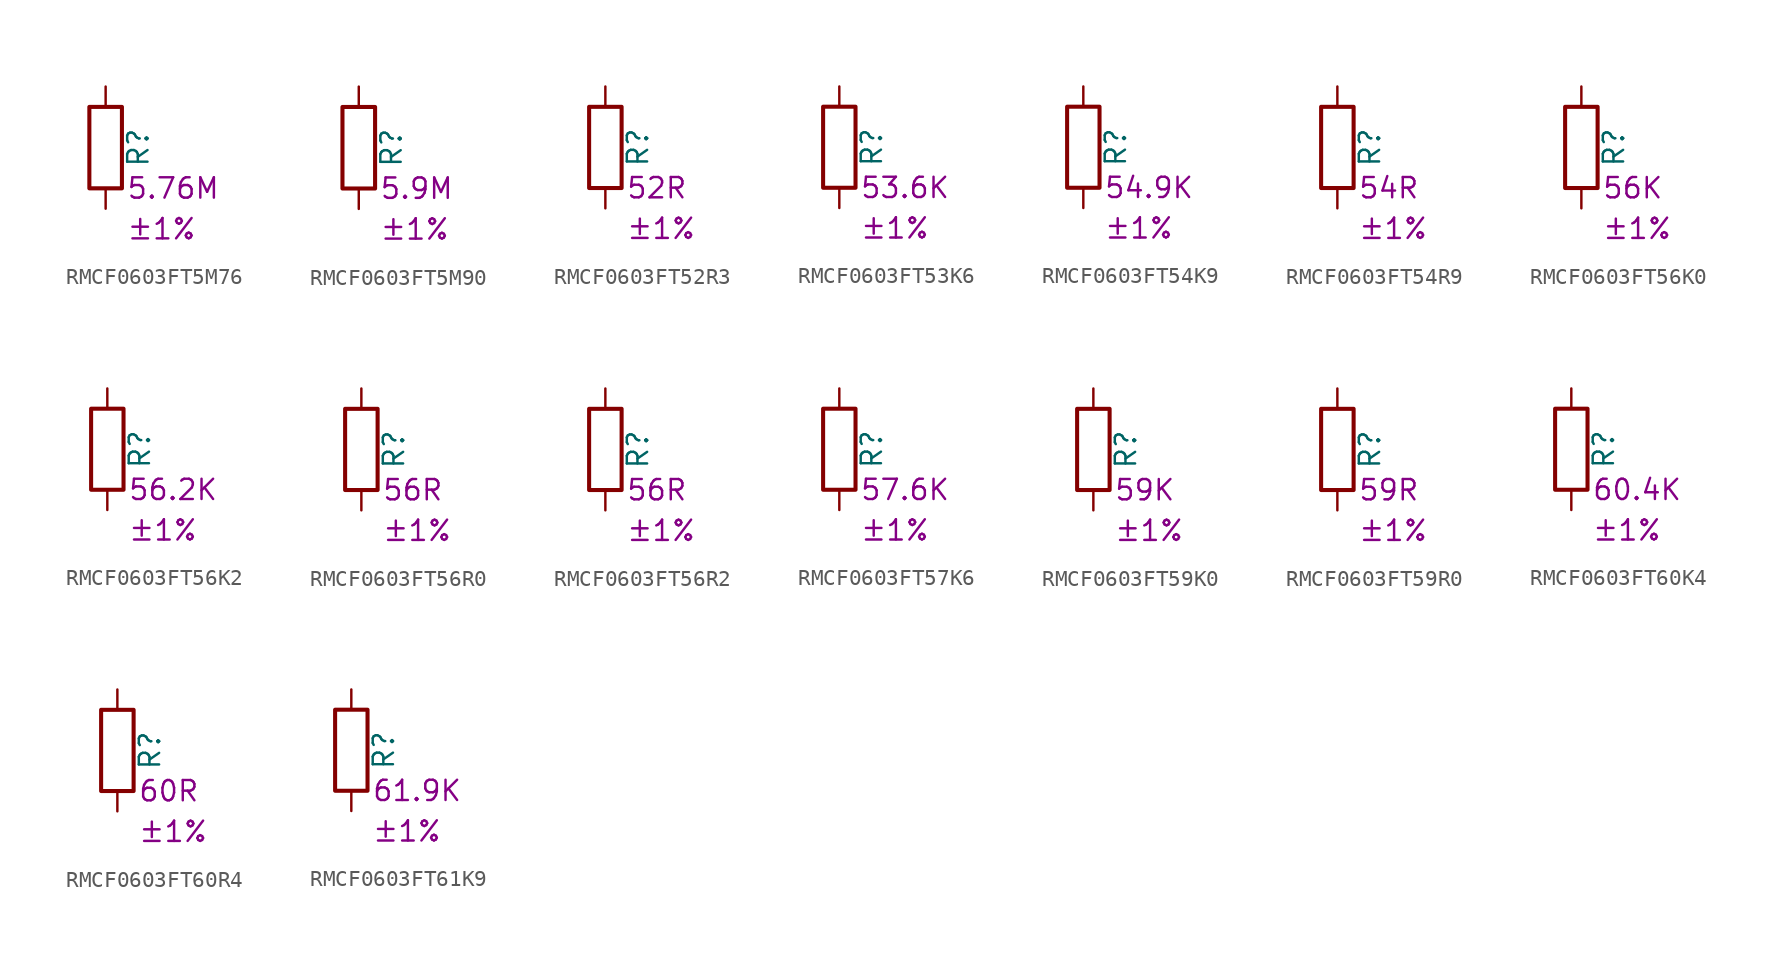
<source format=kicad_sym>
(kicad_symbol_lib
  (version 20220914)
  (generator kicad_symbol_editor)
  (symbol "RMCF0603FT5M76"
    (pin_numbers hide)
    (pin_names
      (offset 0))
    (property "Reference" "R"
      (at 2.032 0 90)
      (effects (font (size 1.27 1.27))))
    (property "Resistance" "5.76M"
      (at 1.27 -2.54 0)
      (effects (font (size 1.27 1.27)) (justify left)))
    (property "Tolerance" "±1%"
      (at 1.27 -5.08 0)
      (effects (font (size 1.27 1.27)) (justify left)))
    (symbol "RMCF0603FT5M76_0_1"
      (rectangle (start -1.016 -2.54) (end 1.016 2.54) (stroke (width 0.254) (type default)) (fill (type none))))
    (symbol "RMCF0603FT5M76_1_1"
      (pin passive line (at 0 3.81 270) (length 1.27) (name "~" (effects (font (size 1.27 1.27)))) (number "1" (effects (font (size 1.27 1.27)))))
      (pin passive line (at 0 -3.81 90) (length 1.27) (name "~" (effects (font (size 1.27 1.27)))) (number "2" (effects (font (size 1.27 1.27)))))))
  (symbol "RMCF0603FT5M90"
    (pin_numbers hide)
    (pin_names
      (offset 0))
    (property "Reference" "R"
      (at 2.032 0 90)
      (effects (font (size 1.27 1.27))))
    (property "Resistance" "5.9M"
      (at 1.27 -2.54 0)
      (effects (font (size 1.27 1.27)) (justify left)))
    (property "Tolerance" "±1%"
      (at 1.27 -5.08 0)
      (effects (font (size 1.27 1.27)) (justify left)))
    (symbol "RMCF0603FT5M90_0_1"
      (rectangle (start -1.016 -2.54) (end 1.016 2.54) (stroke (width 0.254) (type default)) (fill (type none))))
    (symbol "RMCF0603FT5M90_1_1"
      (pin passive line (at 0 3.81 270) (length 1.27) (name "~" (effects (font (size 1.27 1.27)))) (number "1" (effects (font (size 1.27 1.27)))))
      (pin passive line (at 0 -3.81 90) (length 1.27) (name "~" (effects (font (size 1.27 1.27)))) (number "2" (effects (font (size 1.27 1.27)))))))
  (symbol "RMCF0603FT52R3"
    (pin_numbers hide)
    (pin_names
      (offset 0))
    (property "Reference" "R"
      (at 2.032 0 90)
      (effects (font (size 1.27 1.27))))
    (property "Resistance" "52R"
      (at 1.27 -2.54 0)
      (effects (font (size 1.27 1.27)) (justify left)))
    (property "Tolerance" "±1%"
      (at 1.27 -5.08 0)
      (effects (font (size 1.27 1.27)) (justify left)))
    (symbol "RMCF0603FT52R3_0_1"
      (rectangle (start -1.016 -2.54) (end 1.016 2.54) (stroke (width 0.254) (type default)) (fill (type none))))
    (symbol "RMCF0603FT52R3_1_1"
      (pin passive line (at 0 3.81 270) (length 1.27) (name "~" (effects (font (size 1.27 1.27)))) (number "1" (effects (font (size 1.27 1.27)))))
      (pin passive line (at 0 -3.81 90) (length 1.27) (name "~" (effects (font (size 1.27 1.27)))) (number "2" (effects (font (size 1.27 1.27)))))))
  (symbol "RMCF0603FT53K6"
    (pin_numbers hide)
    (pin_names
      (offset 0))
    (property "Reference" "R"
      (at 2.032 0 90)
      (effects (font (size 1.27 1.27))))
    (property "Resistance" "53.6K"
      (at 1.27 -2.54 0)
      (effects (font (size 1.27 1.27)) (justify left)))
    (property "Tolerance" "±1%"
      (at 1.27 -5.08 0)
      (effects (font (size 1.27 1.27)) (justify left)))
    (symbol "RMCF0603FT53K6_0_1"
      (rectangle (start -1.016 -2.54) (end 1.016 2.54) (stroke (width 0.254) (type default)) (fill (type none))))
    (symbol "RMCF0603FT53K6_1_1"
      (pin passive line (at 0 3.81 270) (length 1.27) (name "~" (effects (font (size 1.27 1.27)))) (number "1" (effects (font (size 1.27 1.27)))))
      (pin passive line (at 0 -3.81 90) (length 1.27) (name "~" (effects (font (size 1.27 1.27)))) (number "2" (effects (font (size 1.27 1.27)))))))
  (symbol "RMCF0603FT54K9"
    (pin_numbers hide)
    (pin_names
      (offset 0))
    (property "Reference" "R"
      (at 2.032 0 90)
      (effects (font (size 1.27 1.27))))
    (property "Resistance" "54.9K"
      (at 1.27 -2.54 0)
      (effects (font (size 1.27 1.27)) (justify left)))
    (property "Tolerance" "±1%"
      (at 1.27 -5.08 0)
      (effects (font (size 1.27 1.27)) (justify left)))
    (symbol "RMCF0603FT54K9_0_1"
      (rectangle (start -1.016 -2.54) (end 1.016 2.54) (stroke (width 0.254) (type default)) (fill (type none))))
    (symbol "RMCF0603FT54K9_1_1"
      (pin passive line (at 0 3.81 270) (length 1.27) (name "~" (effects (font (size 1.27 1.27)))) (number "1" (effects (font (size 1.27 1.27)))))
      (pin passive line (at 0 -3.81 90) (length 1.27) (name "~" (effects (font (size 1.27 1.27)))) (number "2" (effects (font (size 1.27 1.27)))))))
  (symbol "RMCF0603FT54R9"
    (pin_numbers hide)
    (pin_names
      (offset 0))
    (property "Reference" "R"
      (at 2.032 0 90)
      (effects (font (size 1.27 1.27))))
    (property "Resistance" "54R"
      (at 1.27 -2.54 0)
      (effects (font (size 1.27 1.27)) (justify left)))
    (property "Tolerance" "±1%"
      (at 1.27 -5.08 0)
      (effects (font (size 1.27 1.27)) (justify left)))
    (symbol "RMCF0603FT54R9_0_1"
      (rectangle (start -1.016 -2.54) (end 1.016 2.54) (stroke (width 0.254) (type default)) (fill (type none))))
    (symbol "RMCF0603FT54R9_1_1"
      (pin passive line (at 0 3.81 270) (length 1.27) (name "~" (effects (font (size 1.27 1.27)))) (number "1" (effects (font (size 1.27 1.27)))))
      (pin passive line (at 0 -3.81 90) (length 1.27) (name "~" (effects (font (size 1.27 1.27)))) (number "2" (effects (font (size 1.27 1.27)))))))
  (symbol "RMCF0603FT56K0"
    (pin_numbers hide)
    (pin_names
      (offset 0))
    (property "Reference" "R"
      (at 2.032 0 90)
      (effects (font (size 1.27 1.27))))
    (property "Resistance" "56K"
      (at 1.27 -2.54 0)
      (effects (font (size 1.27 1.27)) (justify left)))
    (property "Tolerance" "±1%"
      (at 1.27 -5.08 0)
      (effects (font (size 1.27 1.27)) (justify left)))
    (symbol "RMCF0603FT56K0_0_1"
      (rectangle (start -1.016 -2.54) (end 1.016 2.54) (stroke (width 0.254) (type default)) (fill (type none))))
    (symbol "RMCF0603FT56K0_1_1"
      (pin passive line (at 0 3.81 270) (length 1.27) (name "~" (effects (font (size 1.27 1.27)))) (number "1" (effects (font (size 1.27 1.27)))))
      (pin passive line (at 0 -3.81 90) (length 1.27) (name "~" (effects (font (size 1.27 1.27)))) (number "2" (effects (font (size 1.27 1.27)))))))
  (symbol "RMCF0603FT56K2"
    (pin_numbers hide)
    (pin_names
      (offset 0))
    (property "Reference" "R"
      (at 2.032 0 90)
      (effects (font (size 1.27 1.27))))
    (property "Resistance" "56.2K"
      (at 1.27 -2.54 0)
      (effects (font (size 1.27 1.27)) (justify left)))
    (property "Tolerance" "±1%"
      (at 1.27 -5.08 0)
      (effects (font (size 1.27 1.27)) (justify left)))
    (symbol "RMCF0603FT56K2_0_1"
      (rectangle (start -1.016 -2.54) (end 1.016 2.54) (stroke (width 0.254) (type default)) (fill (type none))))
    (symbol "RMCF0603FT56K2_1_1"
      (pin passive line (at 0 3.81 270) (length 1.27) (name "~" (effects (font (size 1.27 1.27)))) (number "1" (effects (font (size 1.27 1.27)))))
      (pin passive line (at 0 -3.81 90) (length 1.27) (name "~" (effects (font (size 1.27 1.27)))) (number "2" (effects (font (size 1.27 1.27)))))))
  (symbol "RMCF0603FT56R0"
    (pin_numbers hide)
    (pin_names
      (offset 0))
    (property "Reference" "R"
      (at 2.032 0 90)
      (effects (font (size 1.27 1.27))))
    (property "Resistance" "56R"
      (at 1.27 -2.54 0)
      (effects (font (size 1.27 1.27)) (justify left)))
    (property "Tolerance" "±1%"
      (at 1.27 -5.08 0)
      (effects (font (size 1.27 1.27)) (justify left)))
    (symbol "RMCF0603FT56R0_0_1"
      (rectangle (start -1.016 -2.54) (end 1.016 2.54) (stroke (width 0.254) (type default)) (fill (type none))))
    (symbol "RMCF0603FT56R0_1_1"
      (pin passive line (at 0 3.81 270) (length 1.27) (name "~" (effects (font (size 1.27 1.27)))) (number "1" (effects (font (size 1.27 1.27)))))
      (pin passive line (at 0 -3.81 90) (length 1.27) (name "~" (effects (font (size 1.27 1.27)))) (number "2" (effects (font (size 1.27 1.27)))))))
  (symbol "RMCF0603FT56R2"
    (pin_numbers hide)
    (pin_names
      (offset 0))
    (property "Reference" "R"
      (at 2.032 0 90)
      (effects (font (size 1.27 1.27))))
    (property "Resistance" "56R"
      (at 1.27 -2.54 0)
      (effects (font (size 1.27 1.27)) (justify left)))
    (property "Tolerance" "±1%"
      (at 1.27 -5.08 0)
      (effects (font (size 1.27 1.27)) (justify left)))
    (symbol "RMCF0603FT56R2_0_1"
      (rectangle (start -1.016 -2.54) (end 1.016 2.54) (stroke (width 0.254) (type default)) (fill (type none))))
    (symbol "RMCF0603FT56R2_1_1"
      (pin passive line (at 0 3.81 270) (length 1.27) (name "~" (effects (font (size 1.27 1.27)))) (number "1" (effects (font (size 1.27 1.27)))))
      (pin passive line (at 0 -3.81 90) (length 1.27) (name "~" (effects (font (size 1.27 1.27)))) (number "2" (effects (font (size 1.27 1.27)))))))
  (symbol "RMCF0603FT57K6"
    (pin_numbers hide)
    (pin_names
      (offset 0))
    (property "Reference" "R"
      (at 2.032 0 90)
      (effects (font (size 1.27 1.27))))
    (property "Resistance" "57.6K"
      (at 1.27 -2.54 0)
      (effects (font (size 1.27 1.27)) (justify left)))
    (property "Tolerance" "±1%"
      (at 1.27 -5.08 0)
      (effects (font (size 1.27 1.27)) (justify left)))
    (symbol "RMCF0603FT57K6_0_1"
      (rectangle (start -1.016 -2.54) (end 1.016 2.54) (stroke (width 0.254) (type default)) (fill (type none))))
    (symbol "RMCF0603FT57K6_1_1"
      (pin passive line (at 0 3.81 270) (length 1.27) (name "~" (effects (font (size 1.27 1.27)))) (number "1" (effects (font (size 1.27 1.27)))))
      (pin passive line (at 0 -3.81 90) (length 1.27) (name "~" (effects (font (size 1.27 1.27)))) (number "2" (effects (font (size 1.27 1.27)))))))
  (symbol "RMCF0603FT59K0"
    (pin_numbers hide)
    (pin_names
      (offset 0))
    (property "Reference" "R"
      (at 2.032 0 90)
      (effects (font (size 1.27 1.27))))
    (property "Resistance" "59K"
      (at 1.27 -2.54 0)
      (effects (font (size 1.27 1.27)) (justify left)))
    (property "Tolerance" "±1%"
      (at 1.27 -5.08 0)
      (effects (font (size 1.27 1.27)) (justify left)))
    (symbol "RMCF0603FT59K0_0_1"
      (rectangle (start -1.016 -2.54) (end 1.016 2.54) (stroke (width 0.254) (type default)) (fill (type none))))
    (symbol "RMCF0603FT59K0_1_1"
      (pin passive line (at 0 3.81 270) (length 1.27) (name "~" (effects (font (size 1.27 1.27)))) (number "1" (effects (font (size 1.27 1.27)))))
      (pin passive line (at 0 -3.81 90) (length 1.27) (name "~" (effects (font (size 1.27 1.27)))) (number "2" (effects (font (size 1.27 1.27)))))))
  (symbol "RMCF0603FT59R0"
    (pin_numbers hide)
    (pin_names
      (offset 0))
    (property "Reference" "R"
      (at 2.032 0 90)
      (effects (font (size 1.27 1.27))))
    (property "Resistance" "59R"
      (at 1.27 -2.54 0)
      (effects (font (size 1.27 1.27)) (justify left)))
    (property "Tolerance" "±1%"
      (at 1.27 -5.08 0)
      (effects (font (size 1.27 1.27)) (justify left)))
    (symbol "RMCF0603FT59R0_0_1"
      (rectangle (start -1.016 -2.54) (end 1.016 2.54) (stroke (width 0.254) (type default)) (fill (type none))))
    (symbol "RMCF0603FT59R0_1_1"
      (pin passive line (at 0 3.81 270) (length 1.27) (name "~" (effects (font (size 1.27 1.27)))) (number "1" (effects (font (size 1.27 1.27)))))
      (pin passive line (at 0 -3.81 90) (length 1.27) (name "~" (effects (font (size 1.27 1.27)))) (number "2" (effects (font (size 1.27 1.27)))))))
  (symbol "RMCF0603FT60K4"
    (pin_numbers hide)
    (pin_names
      (offset 0))
    (property "Reference" "R"
      (at 2.032 0 90)
      (effects (font (size 1.27 1.27))))
    (property "Resistance" "60.4K"
      (at 1.27 -2.54 0)
      (effects (font (size 1.27 1.27)) (justify left)))
    (property "Tolerance" "±1%"
      (at 1.27 -5.08 0)
      (effects (font (size 1.27 1.27)) (justify left)))
    (symbol "RMCF0603FT60K4_0_1"
      (rectangle (start -1.016 -2.54) (end 1.016 2.54) (stroke (width 0.254) (type default)) (fill (type none))))
    (symbol "RMCF0603FT60K4_1_1"
      (pin passive line (at 0 3.81 270) (length 1.27) (name "~" (effects (font (size 1.27 1.27)))) (number "1" (effects (font (size 1.27 1.27)))))
      (pin passive line (at 0 -3.81 90) (length 1.27) (name "~" (effects (font (size 1.27 1.27)))) (number "2" (effects (font (size 1.27 1.27)))))))
  (symbol "RMCF0603FT60R4"
    (pin_numbers hide)
    (pin_names
      (offset 0))
    (property "Reference" "R"
      (at 2.032 0 90)
      (effects (font (size 1.27 1.27))))
    (property "Resistance" "60R"
      (at 1.27 -2.54 0)
      (effects (font (size 1.27 1.27)) (justify left)))
    (property "Tolerance" "±1%"
      (at 1.27 -5.08 0)
      (effects (font (size 1.27 1.27)) (justify left)))
    (symbol "RMCF0603FT60R4_0_1"
      (rectangle (start -1.016 -2.54) (end 1.016 2.54) (stroke (width 0.254) (type default)) (fill (type none))))
    (symbol "RMCF0603FT60R4_1_1"
      (pin passive line (at 0 3.81 270) (length 1.27) (name "~" (effects (font (size 1.27 1.27)))) (number "1" (effects (font (size 1.27 1.27)))))
      (pin passive line (at 0 -3.81 90) (length 1.27) (name "~" (effects (font (size 1.27 1.27)))) (number "2" (effects (font (size 1.27 1.27)))))))
  (symbol "RMCF0603FT61K9"
    (pin_numbers hide)
    (pin_names
      (offset 0))
    (property "Reference" "R"
      (at 2.032 0 90)
      (effects (font (size 1.27 1.27))))
    (property "Resistance" "61.9K"
      (at 1.27 -2.54 0)
      (effects (font (size 1.27 1.27)) (justify left)))
    (property "Tolerance" "±1%"
      (at 1.27 -5.08 0)
      (effects (font (size 1.27 1.27)) (justify left)))
    (symbol "RMCF0603FT61K9_0_1"
      (rectangle (start -1.016 -2.54) (end 1.016 2.54) (stroke (width 0.254) (type default)) (fill (type none))))
    (symbol "RMCF0603FT61K9_1_1"
      (pin passive line (at 0 3.81 270) (length 1.27) (name "~" (effects (font (size 1.27 1.27)))) (number "1" (effects (font (size 1.27 1.27)))))
      (pin passive line (at 0 -3.81 90) (length 1.27) (name "~" (effects (font (size 1.27 1.27)))) (number "2" (effects (font (size 1.27 1.27))))))))
</source>
